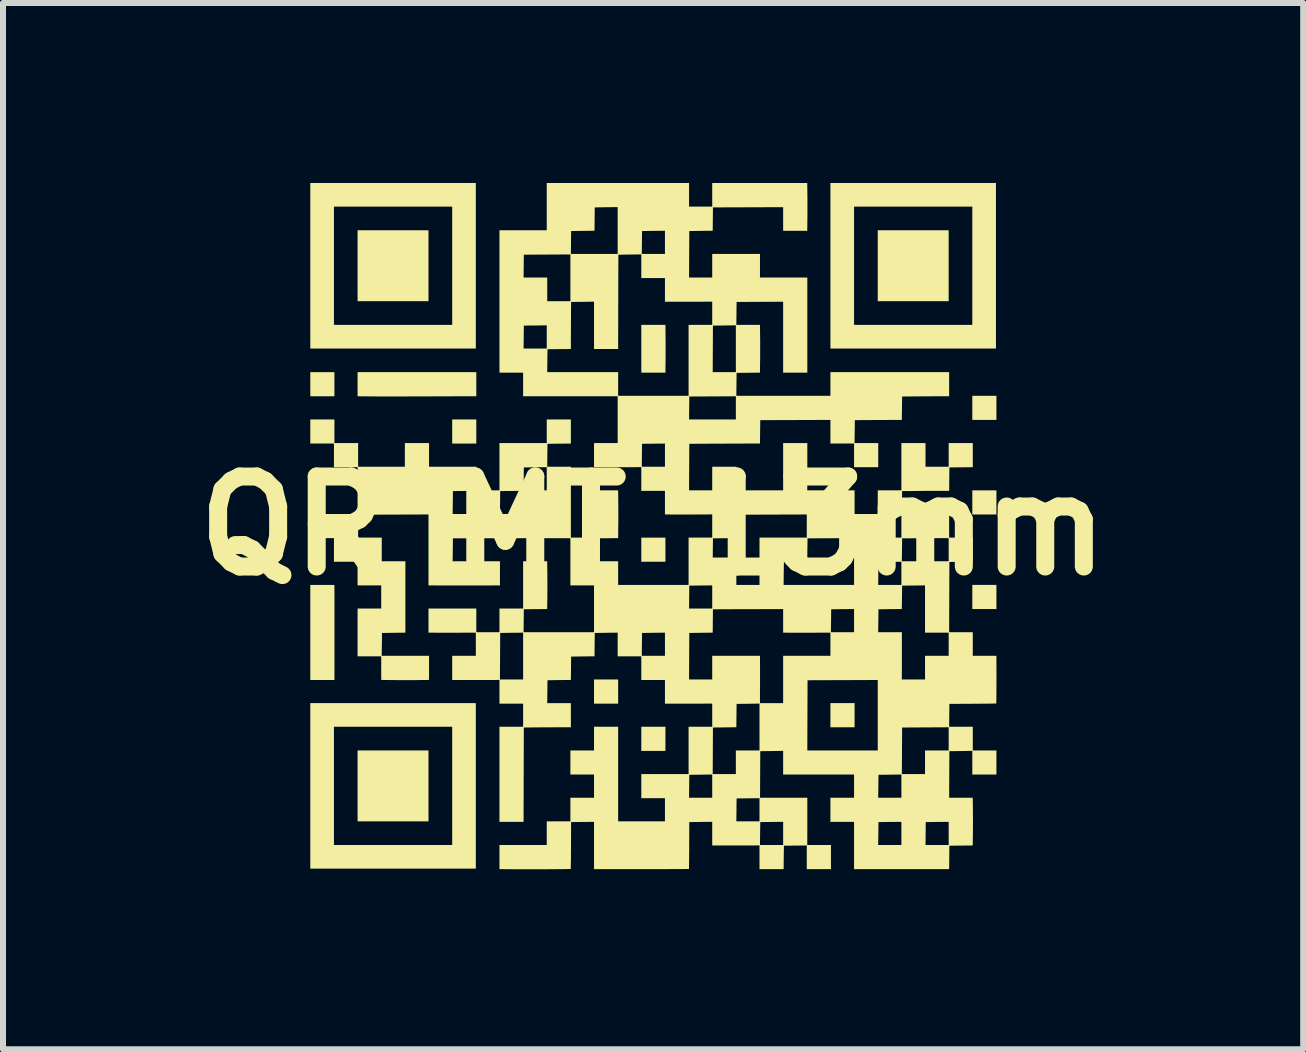
<source format=kicad_pcb>
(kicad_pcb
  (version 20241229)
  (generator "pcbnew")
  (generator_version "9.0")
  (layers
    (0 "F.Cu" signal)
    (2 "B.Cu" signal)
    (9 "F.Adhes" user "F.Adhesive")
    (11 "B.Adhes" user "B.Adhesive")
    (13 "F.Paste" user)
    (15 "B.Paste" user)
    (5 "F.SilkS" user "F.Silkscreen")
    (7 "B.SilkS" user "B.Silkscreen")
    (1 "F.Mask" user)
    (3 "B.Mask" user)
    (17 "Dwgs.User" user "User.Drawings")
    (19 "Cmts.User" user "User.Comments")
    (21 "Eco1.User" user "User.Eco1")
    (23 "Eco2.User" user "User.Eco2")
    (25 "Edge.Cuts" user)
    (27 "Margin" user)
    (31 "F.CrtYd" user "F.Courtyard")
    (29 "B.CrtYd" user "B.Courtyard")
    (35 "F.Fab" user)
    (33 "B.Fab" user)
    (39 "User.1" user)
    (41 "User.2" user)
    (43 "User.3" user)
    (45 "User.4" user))
  (footprint "QR MT 13mm"
    (layer "F.Cu")
    (at 7.836 5.714)
    (property "Reference" "QR MT 13mm" (at 0 0 0) (layer "F.SilkS") (effects (font (size 1.5 1.5) (thickness 0.3))))
    (attr board_only exclude_from_pos_files exclude_from_bom)
    (fp_poly (pts (xy -5.312 -2.36) (xy -5.312 -2.159) (xy -5.513 -2.159) (xy -5.714 -2.159) (xy -5.714 -2.36) (xy -5.714 -2.561) (xy -5.513 -2.561) (xy -5.312 -2.561)) (stroke (width 0) (type solid)) (fill yes) (layer "F.SilkS"))
    (fp_poly (pts (xy -3.744 -4.335) (xy -3.744 -3.744) (xy -4.335 -3.744) (xy -4.926 -3.744) (xy -4.926 -4.335) (xy -4.926 -4.926) (xy -4.335 -4.926) (xy -3.744 -4.926)) (stroke (width 0) (type solid)) (fill yes) (layer "F.SilkS"))
    (fp_poly (pts (xy -3.744 4.335) (xy -3.744 4.926) (xy -4.335 4.926) (xy -4.926 4.926) (xy -4.926 4.335) (xy -4.926 3.744) (xy -4.335 3.744) (xy -3.744 3.744)) (stroke (width 0) (type solid)) (fill yes) (layer "F.SilkS"))
    (fp_poly (pts (xy -2.947 -1.572) (xy -2.947 -1.371) (xy -3.148 -1.371) (xy -3.349 -1.371) (xy -3.349 -1.572) (xy -3.349 -1.773) (xy -3.148 -1.773) (xy -2.947 -1.773)) (stroke (width 0) (type solid)) (fill yes) (layer "F.SilkS"))
    (fp_poly (pts (xy -0.583 2.762) (xy -0.583 2.964) (xy -0.784 2.964) (xy -0.985 2.964) (xy -0.985 2.762) (xy -0.985 2.561) (xy -0.784 2.561) (xy -0.583 2.561)) (stroke (width 0) (type solid)) (fill yes) (layer "F.SilkS"))
    (fp_poly (pts (xy 0.205 0.398) (xy 0.205 0.599) (xy 0.004 0.599) (xy -0.197 0.599) (xy -0.197 0.398) (xy -0.197 0.197) (xy 0.004 0.197) (xy 0.205 0.197)) (stroke (width 0) (type solid)) (fill yes) (layer "F.SilkS"))
    (fp_poly (pts (xy 0.205 3.551) (xy 0.205 3.752) (xy 0.004 3.752) (xy -0.197 3.752) (xy -0.197 3.551) (xy -0.197 3.349) (xy 0.004 3.349) (xy 0.205 3.349)) (stroke (width 0) (type solid)) (fill yes) (layer "F.SilkS"))
    (fp_poly (pts (xy 3.358 3.157) (xy 3.358 3.358) (xy 3.157 3.358) (xy 2.955 3.358) (xy 2.955 3.157) (xy 2.955 2.955) (xy 3.157 2.955) (xy 3.358 2.955)) (stroke (width 0) (type solid)) (fill yes) (layer "F.SilkS"))
    (fp_poly (pts (xy 4.926 -4.335) (xy 4.926 -3.744) (xy 4.335 -3.744) (xy 3.744 -3.744) (xy 3.744 -4.335) (xy 3.744 -4.926) (xy 4.335 -4.926) (xy 4.926 -4.926)) (stroke (width 0) (type solid)) (fill yes) (layer "F.SilkS"))
    (fp_poly (pts (xy 5.722 -1.966) (xy 5.722 -1.765) (xy 5.521 -1.765) (xy 5.32 -1.765) (xy 5.32 -1.966) (xy 5.32 -2.167) (xy 5.521 -2.167) (xy 5.722 -2.167)) (stroke (width 0) (type solid)) (fill yes) (layer "F.SilkS"))
    (fp_poly (pts (xy 5.722 -0.39) (xy 5.722 -0.189) (xy 5.521 -0.189) (xy 5.32 -0.189) (xy 5.32 -0.39) (xy 5.32 -0.591) (xy 5.521 -0.591) (xy 5.722 -0.591)) (stroke (width 0) (type solid)) (fill yes) (layer "F.SilkS"))
    (fp_poly (pts (xy 5.722 1.186) (xy 5.722 1.387) (xy 5.521 1.387) (xy 5.32 1.387) (xy 5.32 1.186) (xy 5.32 0.985) (xy 5.521 0.985) (xy 5.722 0.985)) (stroke (width 0) (type solid)) (fill yes) (layer "F.SilkS"))
    (fp_poly (pts (xy 0.207 -3.15) (xy 0.208 -3.078) (xy 0.208 -2.996) (xy 0.208 -2.911) (xy 0.208 -2.828) (xy 0.207 -2.755) (xy 0.207 -2.752) (xy 0.205 -2.553) (xy 0.004 -2.553) (xy -0.197 -2.553) (xy -0.197 -2.951) (xy -0.197 -3.349) (xy 0.004 -3.349) (xy 0.205 -3.349)) (stroke (width 0) (type solid)) (fill yes) (layer "F.SilkS"))
    (fp_poly (pts (xy -2.955 -4.335) (xy -2.955 -2.955) (xy -4.335 -2.955) (xy -5.714 -2.955) (xy -5.714 -4.335) (xy -5.32 -4.335) (xy -5.32 -3.349) (xy -4.335 -3.349) (xy -3.349 -3.349) (xy -3.349 -4.335) (xy -3.349 -5.32) (xy -4.335 -5.32) (xy -5.32 -5.32) (xy -5.32 -4.335) (xy -5.714 -4.335) (xy -5.714 -5.714) (xy -4.335 -5.714) (xy -2.955 -5.714)) (stroke (width 0) (type solid)) (fill yes) (layer "F.SilkS"))
    (fp_poly (pts (xy -2.955 4.335) (xy -2.955 5.714) (xy -4.335 5.714) (xy -5.714 5.714) (xy -5.714 4.335) (xy -5.32 4.335) (xy -5.32 5.32) (xy -4.335 5.32) (xy -3.349 5.32) (xy -3.349 4.335) (xy -3.349 3.349) (xy -4.335 3.349) (xy -5.32 3.349) (xy -5.32 4.335) (xy -5.714 4.335) (xy -5.714 2.955) (xy -4.335 2.955) (xy -2.955 2.955)) (stroke (width 0) (type solid)) (fill yes) (layer "F.SilkS"))
    (fp_poly (pts (xy 5.714 -4.335) (xy 5.714 -2.955) (xy 4.335 -2.955) (xy 2.955 -2.955) (xy 2.955 -4.335) (xy 3.349 -4.335) (xy 3.349 -3.349) (xy 4.335 -3.349) (xy 5.32 -3.349) (xy 5.32 -4.335) (xy 5.32 -5.32) (xy 4.335 -5.32) (xy 3.349 -5.32) (xy 3.349 -4.335) (xy 2.955 -4.335) (xy 2.955 -5.714) (xy 4.335 -5.714) (xy 5.714 -5.714)) (stroke (width 0) (type solid)) (fill yes) (layer "F.SilkS"))
    (fp_poly (pts (xy -5.311 1.182) (xy -5.311 1.232) (xy -5.311 1.296) (xy -5.311 1.371) (xy -5.311 1.453) (xy -5.311 1.541) (xy -5.311 1.632) (xy -5.311 1.722) (xy -5.311 1.781) (xy -5.311 1.87) (xy -5.311 1.96) (xy -5.311 2.049) (xy -5.311 2.135) (xy -5.311 2.215) (xy -5.311 2.286) (xy -5.311 2.344) (xy -5.311 2.377) (xy -5.312 2.57) (xy -5.513 2.57) (xy -5.714 2.57) (xy -5.714 1.777) (xy -5.714 0.985) (xy -5.513 0.985) (xy -5.312 0.985)) (stroke (width 0) (type solid)) (fill yes) (layer "F.SilkS"))
    (fp_poly (pts (xy -2.947 -2.36) (xy -2.947 -2.159) (xy -3.138 -2.159) (xy -3.179 -2.159) (xy -3.234 -2.159) (xy -3.302 -2.159) (xy -3.381 -2.158) (xy -3.468 -2.158) (xy -3.563 -2.158) (xy -3.662 -2.158) (xy -3.765 -2.157) (xy -3.869 -2.157) (xy -3.928 -2.157) (xy -4.032 -2.157) (xy -4.137 -2.156) (xy -4.239 -2.156) (xy -4.337 -2.156) (xy -4.43 -2.156) (xy -4.515 -2.156) (xy -4.591 -2.156) (xy -4.655 -2.157) (xy -4.705 -2.157) (xy -4.727 -2.157) (xy -4.926 -2.159) (xy -4.926 -2.36) (xy -4.926 -2.561) (xy -3.936 -2.561) (xy -2.947 -2.561)) (stroke (width 0) (type solid)) (fill yes) (layer "F.SilkS"))
    (fp_poly (pts (xy 0.599 -5.517) (xy 0.599 -5.32) (xy 0.792 -5.32) (xy 0.985 -5.32) (xy 0.985 -5.517) (xy 0.985 -5.714) (xy 1.777 -5.714) (xy 2.569 -5.714) (xy 2.571 -5.515) (xy 2.572 -5.442) (xy 2.572 -5.36) (xy 2.572 -5.275) (xy 2.572 -5.192) (xy 2.571 -5.12) (xy 2.571 -5.117) (xy 2.569 -4.917) (xy 2.368 -4.917) (xy 2.167 -4.917) (xy 2.167 -5.114) (xy 2.167 -5.311) (xy 1.582 -5.309) (xy 0.997 -5.307) (xy 0.995 -5.113) (xy 0.993 -4.918) (xy 0.798 -4.916) (xy 0.603 -4.913) (xy 0.601 -4.525) (xy 0.599 -4.138) (xy 0.792 -4.138) (xy 0.985 -4.138) (xy 0.985 -4.335) (xy 0.985 -4.532) (xy 1.383 -4.532) (xy 1.781 -4.532) (xy 1.781 -4.335) (xy 1.781 -4.138) (xy 2.175 -4.138) (xy 2.57 -4.138) (xy 2.57 -3.941) (xy 2.57 -3.89) (xy 2.57 -3.827) (xy 2.57 -3.752) (xy 2.57 -3.669) (xy 2.57 -3.582) (xy 2.57 -3.491) (xy 2.57 -3.401) (xy 2.57 -3.341) (xy 2.57 -3.253) (xy 2.57 -3.163) (xy 2.57 -3.073) (xy 2.57 -2.987) (xy 2.57 -2.908) (xy 2.57 -2.837) (xy 2.57 -2.778) (xy 2.57 -2.746) (xy 2.57 -2.553) (xy 2.368 -2.553) (xy 2.167 -2.553) (xy 2.167 -3.144) (xy 2.167 -3.735) (xy 1.779 -3.733) (xy 1.391 -3.731) (xy 1.389 -3.54) (xy 1.387 -3.349) (xy 1.584 -3.349) (xy 1.781 -3.349) (xy 1.783 -3.15) (xy 1.784 -3.078) (xy 1.784 -2.996) (xy 1.784 -2.911) (xy 1.784 -2.828) (xy 1.783 -2.755) (xy 1.783 -2.752) (xy 1.781 -2.553) (xy 1.586 -2.551) (xy 1.391 -2.549) (xy 1.389 -2.358) (xy 1.387 -2.167) (xy 2.171 -2.167) (xy 2.955 -2.167) (xy 2.955 -2.364) (xy 2.955 -2.561) (xy 3.945 -2.561) (xy 4.934 -2.561) (xy 4.934 -2.36) (xy 4.934 -2.159) (xy 4.739 -2.159) (xy 4.668 -2.159) (xy 4.587 -2.158) (xy 4.502 -2.158) (xy 4.421 -2.157) (xy 4.349 -2.157) (xy 4.347 -2.157) (xy 4.15 -2.155) (xy 4.148 -1.96) (xy 4.145 -1.765) (xy 3.951 -1.765) (xy 3.88 -1.764) (xy 3.799 -1.764) (xy 3.714 -1.764) (xy 3.633 -1.763) (xy 3.561 -1.763) (xy 3.559 -1.763) (xy 3.362 -1.761) (xy 3.36 -1.57) (xy 3.357 -1.379) (xy 3.555 -1.379) (xy 3.752 -1.379) (xy 3.752 -1.178) (xy 3.752 -0.977) (xy 3.551 -0.977) (xy 3.349 -0.977) (xy 3.349 -1.174) (xy 3.349 -1.371) (xy 3.152 -1.371) (xy 2.955 -1.371) (xy 2.955 -1.568) (xy 2.955 -1.765) (xy 2.37 -1.763) (xy 1.786 -1.761) (xy 1.783 -1.566) (xy 1.781 -1.371) (xy 1.586 -1.371) (xy 1.536 -1.371) (xy 1.473 -1.37) (xy 1.398 -1.37) (xy 1.316 -1.37) (xy 1.228 -1.37) (xy 1.138 -1.369) (xy 1.049 -1.369) (xy 0.997 -1.369) (xy 0.603 -1.367) (xy 0.601 -0.979) (xy 0.599 -0.591) (xy 0.792 -0.591) (xy 0.985 -0.591) (xy 0.985 -0.788) (xy 0.985 -0.985) (xy 1.186 -0.985) (xy 1.387 -0.985) (xy 1.387 -0.788) (xy 1.387 -0.591) (xy 1.777 -0.591) (xy 2.167 -0.591) (xy 2.167 -0.985) (xy 2.167 -1.379) (xy 2.368 -1.379) (xy 2.57 -1.379) (xy 2.57 -1.18) (xy 2.57 -1.108) (xy 2.57 -1.027) (xy 2.57 -0.943) (xy 2.57 -0.861) (xy 2.57 -0.79) (xy 2.57 -0.786) (xy 2.569 -0.591) (xy 2.963 -0.591) (xy 3.358 -0.591) (xy 3.358 -0.394) (xy 3.358 -0.197) (xy 3.551 -0.197) (xy 3.744 -0.197) (xy 3.744 -0.394) (xy 3.744 -0.591) (xy 3.941 -0.591) (xy 4.138 -0.591) (xy 4.138 -0.985) (xy 4.138 -1.379) (xy 4.339 -1.379) (xy 4.54 -1.379) (xy 4.54 -1.182) (xy 4.54 -0.985) (xy 4.733 -0.985) (xy 4.926 -0.985) (xy 4.926 -1.182) (xy 4.926 -1.379) (xy 5.127 -1.379) (xy 5.328 -1.379) (xy 5.328 -1.178) (xy 5.328 -0.977) (xy 5.133 -0.975) (xy 4.938 -0.973) (xy 4.936 -0.778) (xy 4.934 -0.583) (xy 4.739 -0.583) (xy 4.668 -0.582) (xy 4.587 -0.582) (xy 4.502 -0.582) (xy 4.421 -0.581) (xy 4.349 -0.58) (xy 4.347 -0.58) (xy 4.15 -0.579) (xy 4.148 -0.388) (xy 4.145 -0.197) (xy 4.54 -0.197) (xy 4.934 -0.197) (xy 4.934 -0.000001) (xy 4.934 0.197) (xy 5.131 0.197) (xy 5.328 0.197) (xy 5.328 0.398) (xy 5.328 0.599) (xy 5.133 0.601) (xy 4.938 0.603) (xy 4.936 1.188) (xy 4.934 1.773) (xy 5.131 1.773) (xy 5.328 1.773) (xy 5.328 1.97) (xy 5.328 2.167) (xy 5.525 2.167) (xy 5.722 2.167) (xy 5.722 2.366) (xy 5.723 2.461) (xy 5.723 2.551) (xy 5.722 2.636) (xy 5.722 2.714) (xy 5.722 2.784) (xy 5.721 2.844) (xy 5.721 2.893) (xy 5.72 2.93) (xy 5.72 2.953) (xy 5.719 2.961) (xy 5.71 2.962) (xy 5.687 2.962) (xy 5.651 2.963) (xy 5.603 2.964) (xy 5.545 2.964) (xy 5.478 2.965) (xy 5.405 2.965) (xy 5.327 2.966) (xy 4.938 2.968) (xy 4.936 3.159) (xy 4.934 3.349) (xy 5.131 3.349) (xy 5.328 3.349) (xy 5.328 3.546) (xy 5.328 3.744) (xy 5.525 3.744) (xy 5.722 3.744) (xy 5.722 3.945) (xy 5.722 4.146) (xy 5.521 4.146) (xy 5.32 4.146) (xy 5.32 3.949) (xy 5.32 3.751) (xy 5.129 3.754) (xy 4.938 3.756) (xy 4.936 4.144) (xy 4.934 4.532) (xy 5.131 4.532) (xy 5.327 4.532) (xy 5.33 4.731) (xy 5.33 4.803) (xy 5.331 4.885) (xy 5.331 4.97) (xy 5.33 5.053) (xy 5.33 5.126) (xy 5.33 5.129) (xy 5.327 5.328) (xy 5.133 5.33) (xy 4.938 5.332) (xy 4.936 5.527) (xy 4.934 5.722) (xy 4.741 5.722) (xy 4.692 5.722) (xy 4.629 5.722) (xy 4.555 5.722) (xy 4.473 5.722) (xy 4.386 5.722) (xy 4.296 5.722) (xy 4.206 5.722) (xy 4.146 5.722) (xy 4.057 5.722) (xy 3.967 5.722) (xy 3.877 5.722) (xy 3.79 5.722) (xy 3.71 5.722) (xy 3.638 5.722) (xy 3.579 5.722) (xy 3.546 5.722) (xy 3.349 5.722) (xy 3.349 5.328) (xy 3.349 5.32) (xy 3.751 5.32) (xy 3.944 5.32) (xy 4.138 5.32) (xy 4.54 5.32) (xy 4.733 5.32) (xy 4.926 5.32) (xy 4.926 5.127) (xy 4.926 4.934) (xy 4.735 4.936) (xy 4.544 4.938) (xy 4.542 5.129) (xy 4.54 5.32) (xy 4.138 5.32) (xy 4.138 5.127) (xy 4.138 4.934) (xy 3.947 4.936) (xy 3.756 4.938) (xy 3.754 5.129) (xy 3.751 5.32) (xy 3.349 5.32) (xy 3.349 4.934) (xy 3.152 4.934) (xy 2.955 4.934) (xy 2.955 4.733) (xy 2.955 4.532) (xy 3.152 4.532) (xy 3.349 4.532) (xy 3.751 4.532) (xy 3.944 4.532) (xy 4.138 4.532) (xy 4.138 4.339) (xy 4.138 4.145) (xy 3.947 4.148) (xy 3.756 4.15) (xy 3.754 4.341) (xy 3.751 4.532) (xy 3.349 4.532) (xy 3.349 4.339) (xy 3.349 4.146) (xy 2.957 4.146) (xy 2.87 4.146) (xy 2.78 4.146) (xy 2.69 4.146) (xy 2.604 4.146) (xy 2.524 4.146) (xy 2.452 4.146) (xy 2.393 4.146) (xy 2.366 4.146) (xy 2.167 4.146) (xy 2.167 4.138) (xy 4.146 4.138) (xy 4.339 4.138) (xy 4.532 4.138) (xy 4.532 3.941) (xy 4.532 3.744) (xy 4.729 3.744) (xy 4.926 3.744) (xy 4.926 3.551) (xy 4.926 3.358) (xy 4.538 3.36) (xy 4.15 3.362) (xy 4.148 3.75) (xy 4.146 4.138) (xy 2.167 4.138) (xy 2.167 3.949) (xy 2.167 3.751) (xy 1.976 3.754) (xy 1.786 3.756) (xy 1.784 4.144) (xy 1.782 4.532) (xy 2.176 4.532) (xy 2.57 4.532) (xy 2.57 4.731) (xy 2.57 4.802) (xy 2.57 4.884) (xy 2.57 4.968) (xy 2.57 5.049) (xy 2.57 5.121) (xy 2.57 5.125) (xy 2.569 5.32) (xy 2.766 5.32) (xy 2.964 5.32) (xy 2.964 5.521) (xy 2.964 5.722) (xy 2.762 5.722) (xy 2.561 5.722) (xy 2.561 5.525) (xy 2.561 5.328) (xy 2.37 5.33) (xy 2.18 5.332) (xy 2.177 5.527) (xy 2.175 5.722) (xy 1.974 5.722) (xy 1.773 5.722) (xy 1.773 5.525) (xy 1.773 5.327) (xy 1.578 5.328) (xy 1.508 5.328) (xy 1.427 5.328) (xy 1.342 5.328) (xy 1.261 5.328) (xy 1.188 5.328) (xy 1.184 5.328) (xy 0.985 5.328) (xy 0.985 5.32) (xy 1.781 5.32) (xy 1.974 5.32) (xy 2.167 5.32) (xy 2.167 5.127) (xy 2.167 4.934) (xy 1.976 4.936) (xy 1.786 4.938) (xy 1.783 5.129) (xy 1.781 5.32) (xy 0.985 5.32) (xy 0.985 5.131) (xy 0.985 4.934) (xy 0.794 4.936) (xy 0.603 4.938) (xy 0.601 5.327) (xy 0.601 5.405) (xy 0.6 5.479) (xy 0.6 5.545) (xy 0.599 5.603) (xy 0.598 5.651) (xy 0.598 5.688) (xy 0.597 5.711) (xy 0.597 5.719) (xy 0.588 5.72) (xy 0.564 5.72) (xy 0.526 5.72) (xy 0.474 5.721) (xy 0.409 5.721) (xy 0.333 5.721) (xy 0.247 5.722) (xy 0.151 5.722) (xy 0.046 5.722) (xy -0.067 5.722) (xy -0.186 5.722) (xy -0.311 5.722) (xy -0.44 5.722) (xy -0.574 5.722) (xy -0.71 5.722) (xy -0.786 5.722) (xy -0.985 5.722) (xy -0.985 5.328) (xy -0.985 4.934) (xy -1.176 4.936) (xy -1.367 4.938) (xy -1.369 5.327) (xy -1.369 5.405) (xy -1.37 5.479) (xy -1.37 5.545) (xy -1.371 5.603) (xy -1.372 5.651) (xy -1.372 5.687) (xy -1.373 5.711) (xy -1.374 5.719) (xy -1.382 5.72) (xy -1.406 5.72) (xy -1.442 5.721) (xy -1.49 5.722) (xy -1.547 5.722) (xy -1.613 5.723) (xy -1.685 5.723) (xy -1.761 5.724) (xy -1.841 5.724) (xy -1.922 5.724) (xy -2.002 5.725) (xy -2.081 5.725) (xy -2.155 5.725) (xy -2.225 5.725) (xy -2.287 5.724) (xy -2.34 5.724) (xy -2.362 5.724) (xy -2.561 5.722) (xy -2.561 5.521) (xy -2.561 5.32) (xy -2.167 5.32) (xy -1.773 5.32) (xy -1.773 5.123) (xy -1.773 4.926) (xy -1.576 4.926) (xy -1.379 4.926) (xy -1.379 4.729) (xy -1.379 4.532) (xy -1.182 4.532) (xy -0.985 4.532) (xy -0.985 4.339) (xy -0.985 4.146) (xy -1.182 4.146) (xy -1.379 4.146) (xy -1.379 3.945) (xy -1.379 3.744) (xy -1.182 3.744) (xy -0.985 3.744) (xy -0.985 3.546) (xy -0.985 3.349) (xy -0.784 3.349) (xy -0.583 3.349) (xy -0.583 3.549) (xy -0.583 3.591) (xy -0.583 3.648) (xy -0.583 3.718) (xy -0.583 3.798) (xy -0.583 3.887) (xy -0.583 3.982) (xy -0.583 4.082) (xy -0.583 4.185) (xy -0.583 4.289) (xy -0.583 4.337) (xy -0.583 4.926) (xy -0.193 4.926) (xy 0.197 4.926) (xy 1.387 4.926) (xy 1.58 4.926) (xy 1.773 4.926) (xy 1.773 4.733) (xy 1.773 4.54) (xy 1.582 4.542) (xy 1.391 4.544) (xy 1.389 4.735) (xy 1.387 4.926) (xy 0.197 4.926) (xy 0.197 4.733) (xy 0.197 4.54) (xy -0.000001 4.54) (xy -0.197 4.54) (xy -0.197 4.532) (xy 0.599 4.532) (xy 0.792 4.532) (xy 0.985 4.532) (xy 0.985 4.339) (xy 0.985 4.145) (xy 0.794 4.148) (xy 0.603 4.15) (xy 0.601 4.341) (xy 0.599 4.532) (xy -0.197 4.532) (xy -0.197 4.339) (xy -0.197 4.138) (xy 0.197 4.138) (xy 0.591 4.138) (xy 0.993 4.138) (xy 1.186 4.138) (xy 1.379 4.138) (xy 1.379 3.941) (xy 1.379 3.744) (xy 1.576 3.744) (xy 1.773 3.744) (xy 2.57 3.744) (xy 3.157 3.744) (xy 3.744 3.744) (xy 3.744 3.157) (xy 3.744 2.57) (xy 3.159 2.572) (xy 2.574 2.574) (xy 2.572 3.159) (xy 2.57 3.744) (xy 1.773 3.744) (xy 1.773 3.353) (xy 1.773 2.963) (xy 1.582 2.966) (xy 1.391 2.968) (xy 1.389 3.163) (xy 1.387 3.357) (xy 1.192 3.36) (xy 0.997 3.362) (xy 0.995 3.75) (xy 0.993 4.138) (xy 0.591 4.138) (xy 0.591 3.744) (xy 0.591 3.349) (xy 0.788 3.349) (xy 0.985 3.349) (xy 0.985 3.156) (xy 0.985 2.963) (xy 0.79 2.964) (xy 0.719 2.964) (xy 0.639 2.964) (xy 0.554 2.964) (xy 0.473 2.964) (xy 0.4 2.964) (xy 0.396 2.964) (xy 0.197 2.964) (xy 0.197 2.767) (xy 0.197 2.57) (xy -0.000001 2.57) (xy -0.197 2.57) (xy -0.197 2.561) (xy 0.599 2.561) (xy 0.792 2.561) (xy 0.985 2.561) (xy 0.985 2.364) (xy 0.985 2.167) (xy 1.383 2.167) (xy 1.781 2.167) (xy 1.782 2.366) (xy 1.782 2.438) (xy 1.782 2.519) (xy 1.782 2.604) (xy 1.782 2.685) (xy 1.781 2.757) (xy 1.781 2.76) (xy 1.781 2.955) (xy 1.974 2.955) (xy 2.167 2.955) (xy 2.167 2.561) (xy 2.167 2.167) (xy 2.561 2.167) (xy 2.955 2.167) (xy 2.955 1.974) (xy 2.955 1.781) (xy 2.76 1.781) (xy 2.69 1.782) (xy 2.609 1.782) (xy 2.525 1.782) (xy 2.443 1.782) (xy 2.37 1.782) (xy 2.366 1.782) (xy 2.167 1.781) (xy 2.167 1.773) (xy 2.963 1.773) (xy 3.156 1.773) (xy 3.349 1.773) (xy 3.751 1.773) (xy 3.949 1.773) (xy 4.146 1.773) (xy 4.146 1.972) (xy 4.146 2.044) (xy 4.146 2.125) (xy 4.146 2.21) (xy 4.146 2.291) (xy 4.146 2.362) (xy 4.146 2.366) (xy 4.145 2.561) (xy 4.338 2.561) (xy 4.532 2.561) (xy 4.532 2.364) (xy 4.532 2.167) (xy 4.729 2.167) (xy 4.926 2.167) (xy 4.926 1.974) (xy 4.926 1.781) (xy 4.729 1.781) (xy 4.532 1.781) (xy 4.532 1.387) (xy 4.532 0.993) (xy 4.341 0.995) (xy 4.15 0.997) (xy 4.148 1.192) (xy 4.145 1.387) (xy 3.951 1.389) (xy 3.756 1.391) (xy 3.754 1.582) (xy 3.751 1.773) (xy 3.349 1.773) (xy 3.349 1.58) (xy 3.349 1.387) (xy 3.159 1.389) (xy 2.968 1.391) (xy 2.966 1.582) (xy 2.963 1.773) (xy 2.167 1.773) (xy 2.167 1.585) (xy 2.167 1.388) (xy 1.582 1.39) (xy 0.997 1.391) (xy 0.995 1.586) (xy 0.993 1.781) (xy 0.798 1.783) (xy 0.603 1.786) (xy 0.601 2.173) (xy 0.599 2.561) (xy -0.197 2.561) (xy -0.197 2.373) (xy -0.197 2.175) (xy -0.394 2.175) (xy -0.591 2.175) (xy -0.591 2.167) (xy -0.189 2.167) (xy 0.004 2.167) (xy 0.197 2.167) (xy 0.197 1.974) (xy 0.197 1.781) (xy 0.006 1.783) (xy -0.185 1.786) (xy -0.187 1.976) (xy -0.189 2.167) (xy -0.591 2.167) (xy -0.591 1.978) (xy -0.591 1.781) (xy -0.782 1.783) (xy -0.973 1.786) (xy -0.975 1.98) (xy -0.977 2.175) (xy -1.172 2.177) (xy -1.367 2.18) (xy -1.369 2.374) (xy -1.371 2.569) (xy -1.566 2.571) (xy -1.761 2.574) (xy -1.763 2.765) (xy -1.765 2.955) (xy -1.568 2.955) (xy -1.371 2.955) (xy -1.371 3.157) (xy -1.371 3.358) (xy -1.566 3.358) (xy -1.637 3.358) (xy -1.718 3.359) (xy -1.803 3.359) (xy -1.884 3.359) (xy -1.956 3.36) (xy -1.958 3.36) (xy -2.155 3.362) (xy -2.157 3.953) (xy -2.157 4.056) (xy -2.157 4.16) (xy -2.158 4.261) (xy -2.158 4.359) (xy -2.158 4.45) (xy -2.158 4.534) (xy -2.159 4.609) (xy -2.159 4.671) (xy -2.159 4.72) (xy -2.159 4.739) (xy -2.159 4.934) (xy -2.36 4.934) (xy -2.561 4.934) (xy -2.561 4.142) (xy -2.561 3.349) (xy -2.364 3.349) (xy -2.167 3.349) (xy -2.167 3.157) (xy -2.167 2.964) (xy -2.364 2.964) (xy -2.561 2.964) (xy -2.561 2.766) (xy -2.561 2.569) (xy -2.756 2.57) (xy -2.827 2.57) (xy -2.908 2.57) (xy -2.992 2.57) (xy -3.074 2.57) (xy -3.146 2.57) (xy -3.15 2.57) (xy -3.349 2.57) (xy -3.349 2.561) (xy -2.553 2.561) (xy -2.36 2.561) (xy -2.167 2.561) (xy -2.167 2.171) (xy -2.167 1.781) (xy -2.358 1.783) (xy -2.549 1.786) (xy -2.551 2.173) (xy -2.553 2.561) (xy -3.349 2.561) (xy -3.349 2.368) (xy -3.349 2.167) (xy -3.152 2.167) (xy -2.955 2.167) (xy -2.955 1.974) (xy -2.955 1.781) (xy -3.15 1.781) (xy -3.221 1.782) (xy -3.302 1.782) (xy -3.386 1.782) (xy -3.468 1.782) (xy -3.54 1.782) (xy -3.544 1.782) (xy -3.744 1.781) (xy -3.744 1.58) (xy -3.744 1.379) (xy -3.345 1.379) (xy -2.947 1.379) (xy -2.947 1.576) (xy -2.947 1.773) (xy -2.754 1.773) (xy -2.561 1.773) (xy -2.561 1.576) (xy -2.561 1.379) (xy -2.364 1.379) (xy -2.167 1.379) (xy -2.167 0.985) (xy -2.167 0.591) (xy -1.966 0.591) (xy -1.766 0.591) (xy -1.763 0.79) (xy -1.763 0.862) (xy -1.762 0.944) (xy -1.762 1.03) (xy -1.763 1.112) (xy -1.763 1.185) (xy -1.763 1.188) (xy -1.766 1.387) (xy -1.96 1.389) (xy -2.155 1.391) (xy -2.157 1.582) (xy -2.159 1.773) (xy -1.572 1.773) (xy -0.985 1.773) (xy -0.985 1.383) (xy -0.985 1.379) (xy 0.599 1.379) (xy 0.792 1.379) (xy 0.985 1.379) (xy 0.985 1.186) (xy 0.985 0.993) (xy 0.794 0.995) (xy 0.603 0.997) (xy 0.601 1.188) (xy 0.599 1.379) (xy -0.985 1.379) (xy -0.985 0.993) (xy -1.182 0.993) (xy -1.379 0.993) (xy -1.379 0.599) (xy -1.379 0.206) (xy -2.358 0.207) (xy -3.337 0.209) (xy -3.339 0.4) (xy -3.342 0.591) (xy -2.947 0.591) (xy -2.553 0.591) (xy -2.553 0.792) (xy -2.553 0.993) (xy -2.746 0.994) (xy -2.815 0.994) (xy -2.894 0.994) (xy -2.977 0.994) (xy -3.059 0.994) (xy -3.133 0.994) (xy -3.144 0.994) (xy -3.217 0.994) (xy -3.298 0.994) (xy -3.383 0.994) (xy -3.464 0.994) (xy -3.537 0.994) (xy -3.546 0.994) (xy -3.744 0.993) (xy -3.744 0.402) (xy -3.744 -0.189) (xy -4.328 -0.187) (xy -4.913 -0.185) (xy -4.916 0.006) (xy -4.918 0.197) (xy -4.721 0.197) (xy -4.523 0.197) (xy -4.523 0.394) (xy -4.523 0.591) (xy -4.326 0.591) (xy -4.129 0.591) (xy -4.129 0.788) (xy -4.129 0.858) (xy -4.129 0.939) (xy -4.129 1.023) (xy -4.129 1.106) (xy -4.129 1.18) (xy -4.129 1.19) (xy -4.129 1.262) (xy -4.129 1.343) (xy -4.129 1.427) (xy -4.129 1.507) (xy -4.129 1.578) (xy -4.129 1.588) (xy -4.129 1.781) (xy -4.324 1.783) (xy -4.519 1.786) (xy -4.521 1.976) (xy -4.524 2.167) (xy -4.129 2.167) (xy -3.735 2.167) (xy -3.735 2.368) (xy -3.735 2.569) (xy -3.934 2.571) (xy -4.007 2.572) (xy -4.089 2.572) (xy -4.174 2.572) (xy -4.257 2.572) (xy -4.329 2.571) (xy -4.333 2.571) (xy -4.532 2.569) (xy -4.532 2.372) (xy -4.532 2.175) (xy -4.729 2.175) (xy -4.926 2.175) (xy -4.926 1.777) (xy -4.926 1.379) (xy -4.729 1.379) (xy -4.532 1.379) (xy -4.532 1.186) (xy -4.532 0.993) (xy -4.729 0.993) (xy -4.926 0.993) (xy -4.926 0.796) (xy -4.926 0.599) (xy -5.123 0.599) (xy -5.32 0.599) (xy -5.32 0.402) (xy -5.32 0.205) (xy -5.517 0.205) (xy -5.714 0.205) (xy -5.714 0.004) (xy -5.714 -0.197) (xy -5.32 -0.197) (xy -4.926 -0.197) (xy -3.342 -0.197) (xy -3.148 -0.197) (xy -2.955 -0.197) (xy -2.553 -0.197) (xy -2.36 -0.197) (xy -2.167 -0.197) (xy -2.167 -0.39) (xy -2.167 -0.583) (xy -2.358 -0.581) (xy -2.549 -0.579) (xy -2.551 -0.388) (xy -2.553 -0.197) (xy -2.955 -0.197) (xy -2.955 -0.39) (xy -2.955 -0.583) (xy -3.146 -0.581) (xy -3.337 -0.579) (xy -3.339 -0.388) (xy -3.342 -0.197) (xy -4.926 -0.197) (xy -4.926 -0.587) (xy -4.926 -0.977) (xy -5.123 -0.977) (xy -5.32 -0.977) (xy -5.32 -1.174) (xy -5.32 -1.371) (xy -5.517 -1.371) (xy -5.714 -1.371) (xy -5.714 -1.572) (xy -5.714 -1.773) (xy -5.513 -1.773) (xy -5.312 -1.773) (xy -5.312 -1.576) (xy -5.312 -1.379) (xy -5.114 -1.379) (xy -4.917 -1.379) (xy -4.917 -1.182) (xy -4.917 -0.985) (xy -4.528 -0.985) (xy -4.138 -0.985) (xy -4.138 -1.182) (xy -4.138 -1.379) (xy -3.936 -1.379) (xy -3.735 -1.379) (xy -3.735 -1.182) (xy -3.735 -0.985) (xy -3.341 -0.985) (xy -2.947 -0.985) (xy -2.947 -0.788) (xy -2.947 -0.591) (xy -2.754 -0.591) (xy -2.561 -0.591) (xy -2.159 -0.591) (xy -1.966 -0.591) (xy -1.773 -0.591) (xy -1.773 -0.784) (xy -1.773 -0.977) (xy -1.964 -0.975) (xy -2.155 -0.973) (xy -2.157 -0.782) (xy -2.159 -0.591) (xy -2.561 -0.591) (xy -2.561 -0.985) (xy -2.561 -1.379) (xy -2.167 -1.379) (xy -1.773 -1.379) (xy -1.773 -1.576) (xy -1.773 -1.773) (xy -1.572 -1.773) (xy -1.371 -1.773) (xy -1.371 -1.572) (xy -1.371 -1.371) (xy -1.566 -1.369) (xy -1.761 -1.367) (xy -1.763 -1.176) (xy -1.765 -0.985) (xy -1.568 -0.985) (xy -1.371 -0.985) (xy -1.371 -0.786) (xy -1.371 -0.735) (xy -1.371 -0.67) (xy -1.371 -0.595) (xy -1.371 -0.512) (xy -1.371 -0.423) (xy -1.371 -0.333) (xy -1.371 -0.244) (xy -1.371 -0.195) (xy -1.371 0.197) (xy -1.178 0.197) (xy -0.985 0.197) (xy -0.985 -0.197) (xy -0.985 -0.591) (xy -0.784 -0.591) (xy -0.583 -0.591) (xy -0.581 -0.392) (xy -0.58 -0.32) (xy -0.58 -0.238) (xy -0.58 -0.152) (xy -0.58 -0.07) (xy -0.581 0.003) (xy -0.581 0.006) (xy -0.583 0.205) (xy -0.778 0.207) (xy -0.973 0.209) (xy -0.975 0.4) (xy -0.977 0.591) (xy -0.78 0.591) (xy -0.583 0.591) (xy -0.583 0.788) (xy -0.583 0.985) (xy 0.004 0.985) (xy 0.591 0.985) (xy 0.591 0.591) (xy 0.993 0.591) (xy 1.19 0.591) (xy 1.387 0.591) (xy 1.387 0.788) (xy 1.387 0.985) (xy 1.58 0.985) (xy 1.773 0.985) (xy 2.175 0.985) (xy 2.762 0.985) (xy 3.349 0.985) (xy 3.751 0.985) (xy 3.944 0.985) (xy 4.138 0.985) (xy 4.138 0.792) (xy 4.138 0.599) (xy 3.947 0.601) (xy 3.756 0.603) (xy 3.754 0.794) (xy 3.751 0.985) (xy 3.349 0.985) (xy 3.349 0.595) (xy 3.349 0.591) (xy 4.145 0.591) (xy 4.536 0.591) (xy 4.926 0.591) (xy 4.926 0.398) (xy 4.926 0.205) (xy 4.538 0.207) (xy 4.15 0.209) (xy 4.148 0.4) (xy 4.145 0.591) (xy 3.349 0.591) (xy 3.349 0.205) (xy 2.962 0.207) (xy 2.574 0.209) (xy 2.571 0.404) (xy 2.569 0.599) (xy 2.374 0.601) (xy 2.18 0.603) (xy 2.177 0.794) (xy 2.175 0.985) (xy 1.773 0.985) (xy 1.773 0.591) (xy 1.773 0.197) (xy 2.167 0.197) (xy 2.561 0.197) (xy 3.751 0.197) (xy 3.944 0.197) (xy 4.138 0.197) (xy 4.138 0.004) (xy 4.138 -0.189) (xy 3.947 -0.187) (xy 3.756 -0.185) (xy 3.754 0.006) (xy 3.751 0.197) (xy 2.561 0.197) (xy 2.561 0.004) (xy 2.561 -0.189) (xy 1.976 -0.187) (xy 1.391 -0.185) (xy 1.389 0.01) (xy 1.387 0.205) (xy 1.192 0.207) (xy 0.997 0.209) (xy 0.995 0.4) (xy 0.993 0.591) (xy 0.591 0.591) (xy 0.591 0.197) (xy 0.788 0.197) (xy 0.985 0.197) (xy 0.985 0.004) (xy 0.985 -0.19) (xy 0.79 -0.189) (xy 0.719 -0.189) (xy 0.639 -0.188) (xy 0.554 -0.188) (xy 0.473 -0.188) (xy 0.4 -0.188) (xy 0.396 -0.188) (xy 0.197 -0.189) (xy 0.197 -0.386) (xy 0.197 -0.583) (xy -0.000001 -0.583) (xy -0.197 -0.583) (xy -0.197 -0.78) (xy -0.197 -0.978) (xy -0.392 -0.977) (xy -0.463 -0.977) (xy -0.543 -0.977) (xy -0.628 -0.976) (xy -0.71 -0.976) (xy -0.782 -0.977) (xy -0.786 -0.977) (xy -0.985 -0.977) (xy -0.985 -0.985) (xy -0.189 -0.985) (xy 0.004 -0.985) (xy 0.197 -0.985) (xy 0.197 -1.178) (xy 0.197 -1.371) (xy 0.006 -1.369) (xy -0.185 -1.367) (xy -0.187 -1.176) (xy -0.189 -0.985) (xy -0.985 -0.985) (xy -0.985 -1.178) (xy -0.985 -1.379) (xy -0.788 -1.379) (xy -0.591 -1.379) (xy -0.591 -1.769) (xy -0.591 -1.773) (xy 0.599 -1.773) (xy 0.989 -1.773) (xy 1.379 -1.773) (xy 1.379 -1.966) (xy 1.379 -2.159) (xy 0.991 -2.157) (xy 0.603 -2.155) (xy 0.601 -1.964) (xy 0.599 -1.773) (xy -0.591 -1.773) (xy -0.591 -2.159) (xy -1.18 -2.159) (xy -1.283 -2.159) (xy -1.387 -2.159) (xy -1.489 -2.159) (xy -1.586 -2.159) (xy -1.679 -2.159) (xy -1.763 -2.159) (xy -1.838 -2.159) (xy -1.901 -2.159) (xy -1.95 -2.159) (xy -1.968 -2.159) (xy -2.167 -2.159) (xy -2.167 -2.356) (xy -2.167 -2.553) (xy -2.364 -2.553) (xy -2.561 -2.553) (xy -2.561 -2.561) (xy -1.765 -2.561) (xy -1.174 -2.561) (xy -0.583 -2.561) (xy -0.583 -2.364) (xy -0.583 -2.167) (xy 0.004 -2.167) (xy 0.591 -2.167) (xy 0.591 -2.561) (xy 0.993 -2.561) (xy 1.186 -2.561) (xy 1.379 -2.561) (xy 1.379 -2.951) (xy 1.379 -3.342) (xy 1.188 -3.339) (xy 0.997 -3.337) (xy 0.995 -2.949) (xy 0.993 -2.561) (xy 0.591 -2.561) (xy 0.591 -2.758) (xy 0.591 -3.349) (xy 0.788 -3.349) (xy 0.985 -3.349) (xy 0.985 -3.543) (xy 0.985 -3.736) (xy 0.79 -3.735) (xy 0.719 -3.735) (xy 0.639 -3.735) (xy 0.554 -3.735) (xy 0.473 -3.735) (xy 0.4 -3.735) (xy 0.396 -3.735) (xy 0.197 -3.735) (xy 0.197 -3.932) (xy 0.197 -4.129) (xy -0.000001 -4.129) (xy -0.197 -4.129) (xy -0.197 -4.327) (xy -0.197 -4.524) (xy -0.388 -4.521) (xy -0.579 -4.519) (xy -0.581 -3.928) (xy -0.581 -3.825) (xy -0.581 -3.721) (xy -0.582 -3.62) (xy -0.582 -3.523) (xy -0.582 -3.431) (xy -0.582 -3.347) (xy -0.582 -3.273) (xy -0.583 -3.21) (xy -0.583 -3.161) (xy -0.583 -3.142) (xy -0.583 -2.947) (xy -0.784 -2.947) (xy -0.985 -2.947) (xy -0.985 -3.341) (xy -0.985 -3.736) (xy -1.176 -3.733) (xy -1.367 -3.731) (xy -1.369 -3.534) (xy -1.369 -3.463) (xy -1.37 -3.381) (xy -1.37 -3.297) (xy -1.37 -3.216) (xy -1.371 -3.144) (xy -1.371 -3.142) (xy -1.371 -2.947) (xy -1.566 -2.945) (xy -1.761 -2.943) (xy -1.763 -2.752) (xy -1.765 -2.561) (xy -2.561 -2.561) (xy -2.561 -2.955) (xy -2.159 -2.955) (xy -1.966 -2.955) (xy -1.773 -2.955) (xy -1.773 -3.148) (xy -1.773 -3.342) (xy -1.964 -3.339) (xy -2.155 -3.337) (xy -2.157 -3.146) (xy -2.159 -2.955) (xy -2.561 -2.955) (xy -2.561 -3.739) (xy -2.561 -4.138) (xy -2.159 -4.138) (xy -1.962 -4.138) (xy -1.765 -4.138) (xy -1.765 -3.941) (xy -1.765 -3.744) (xy -1.572 -3.744) (xy -1.379 -3.744) (xy -1.379 -4.133) (xy -1.379 -4.523) (xy -1.767 -4.521) (xy -2.155 -4.519) (xy -2.157 -4.328) (xy -2.159 -4.138) (xy -2.561 -4.138) (xy -2.561 -4.532) (xy -1.371 -4.532) (xy -0.981 -4.532) (xy -0.591 -4.532) (xy -0.189 -4.532) (xy 0.004 -4.532) (xy 0.197 -4.532) (xy 0.197 -4.725) (xy 0.197 -4.918) (xy 0.006 -4.916) (xy -0.185 -4.913) (xy -0.187 -4.722) (xy -0.189 -4.532) (xy -0.591 -4.532) (xy -0.591 -4.922) (xy -0.591 -5.312) (xy -0.782 -5.31) (xy -0.973 -5.307) (xy -0.975 -5.113) (xy -0.977 -4.918) (xy -1.172 -4.916) (xy -1.367 -4.913) (xy -1.369 -4.722) (xy -1.371 -4.532) (xy -2.561 -4.532) (xy -2.561 -4.926) (xy -2.167 -4.926) (xy -1.773 -4.926) (xy -1.773 -5.32) (xy -1.773 -5.714) (xy -0.587 -5.714) (xy 0.599 -5.714)) (stroke (width 0) (type solid)) (fill yes) (layer "F.SilkS")))
  (gr_rect
    (start -3 -3)
    (end 18.671 14.439)
    (stroke (width 0.1) (type default))
    (fill no)
    (layer "Edge.Cuts")))
</source>
